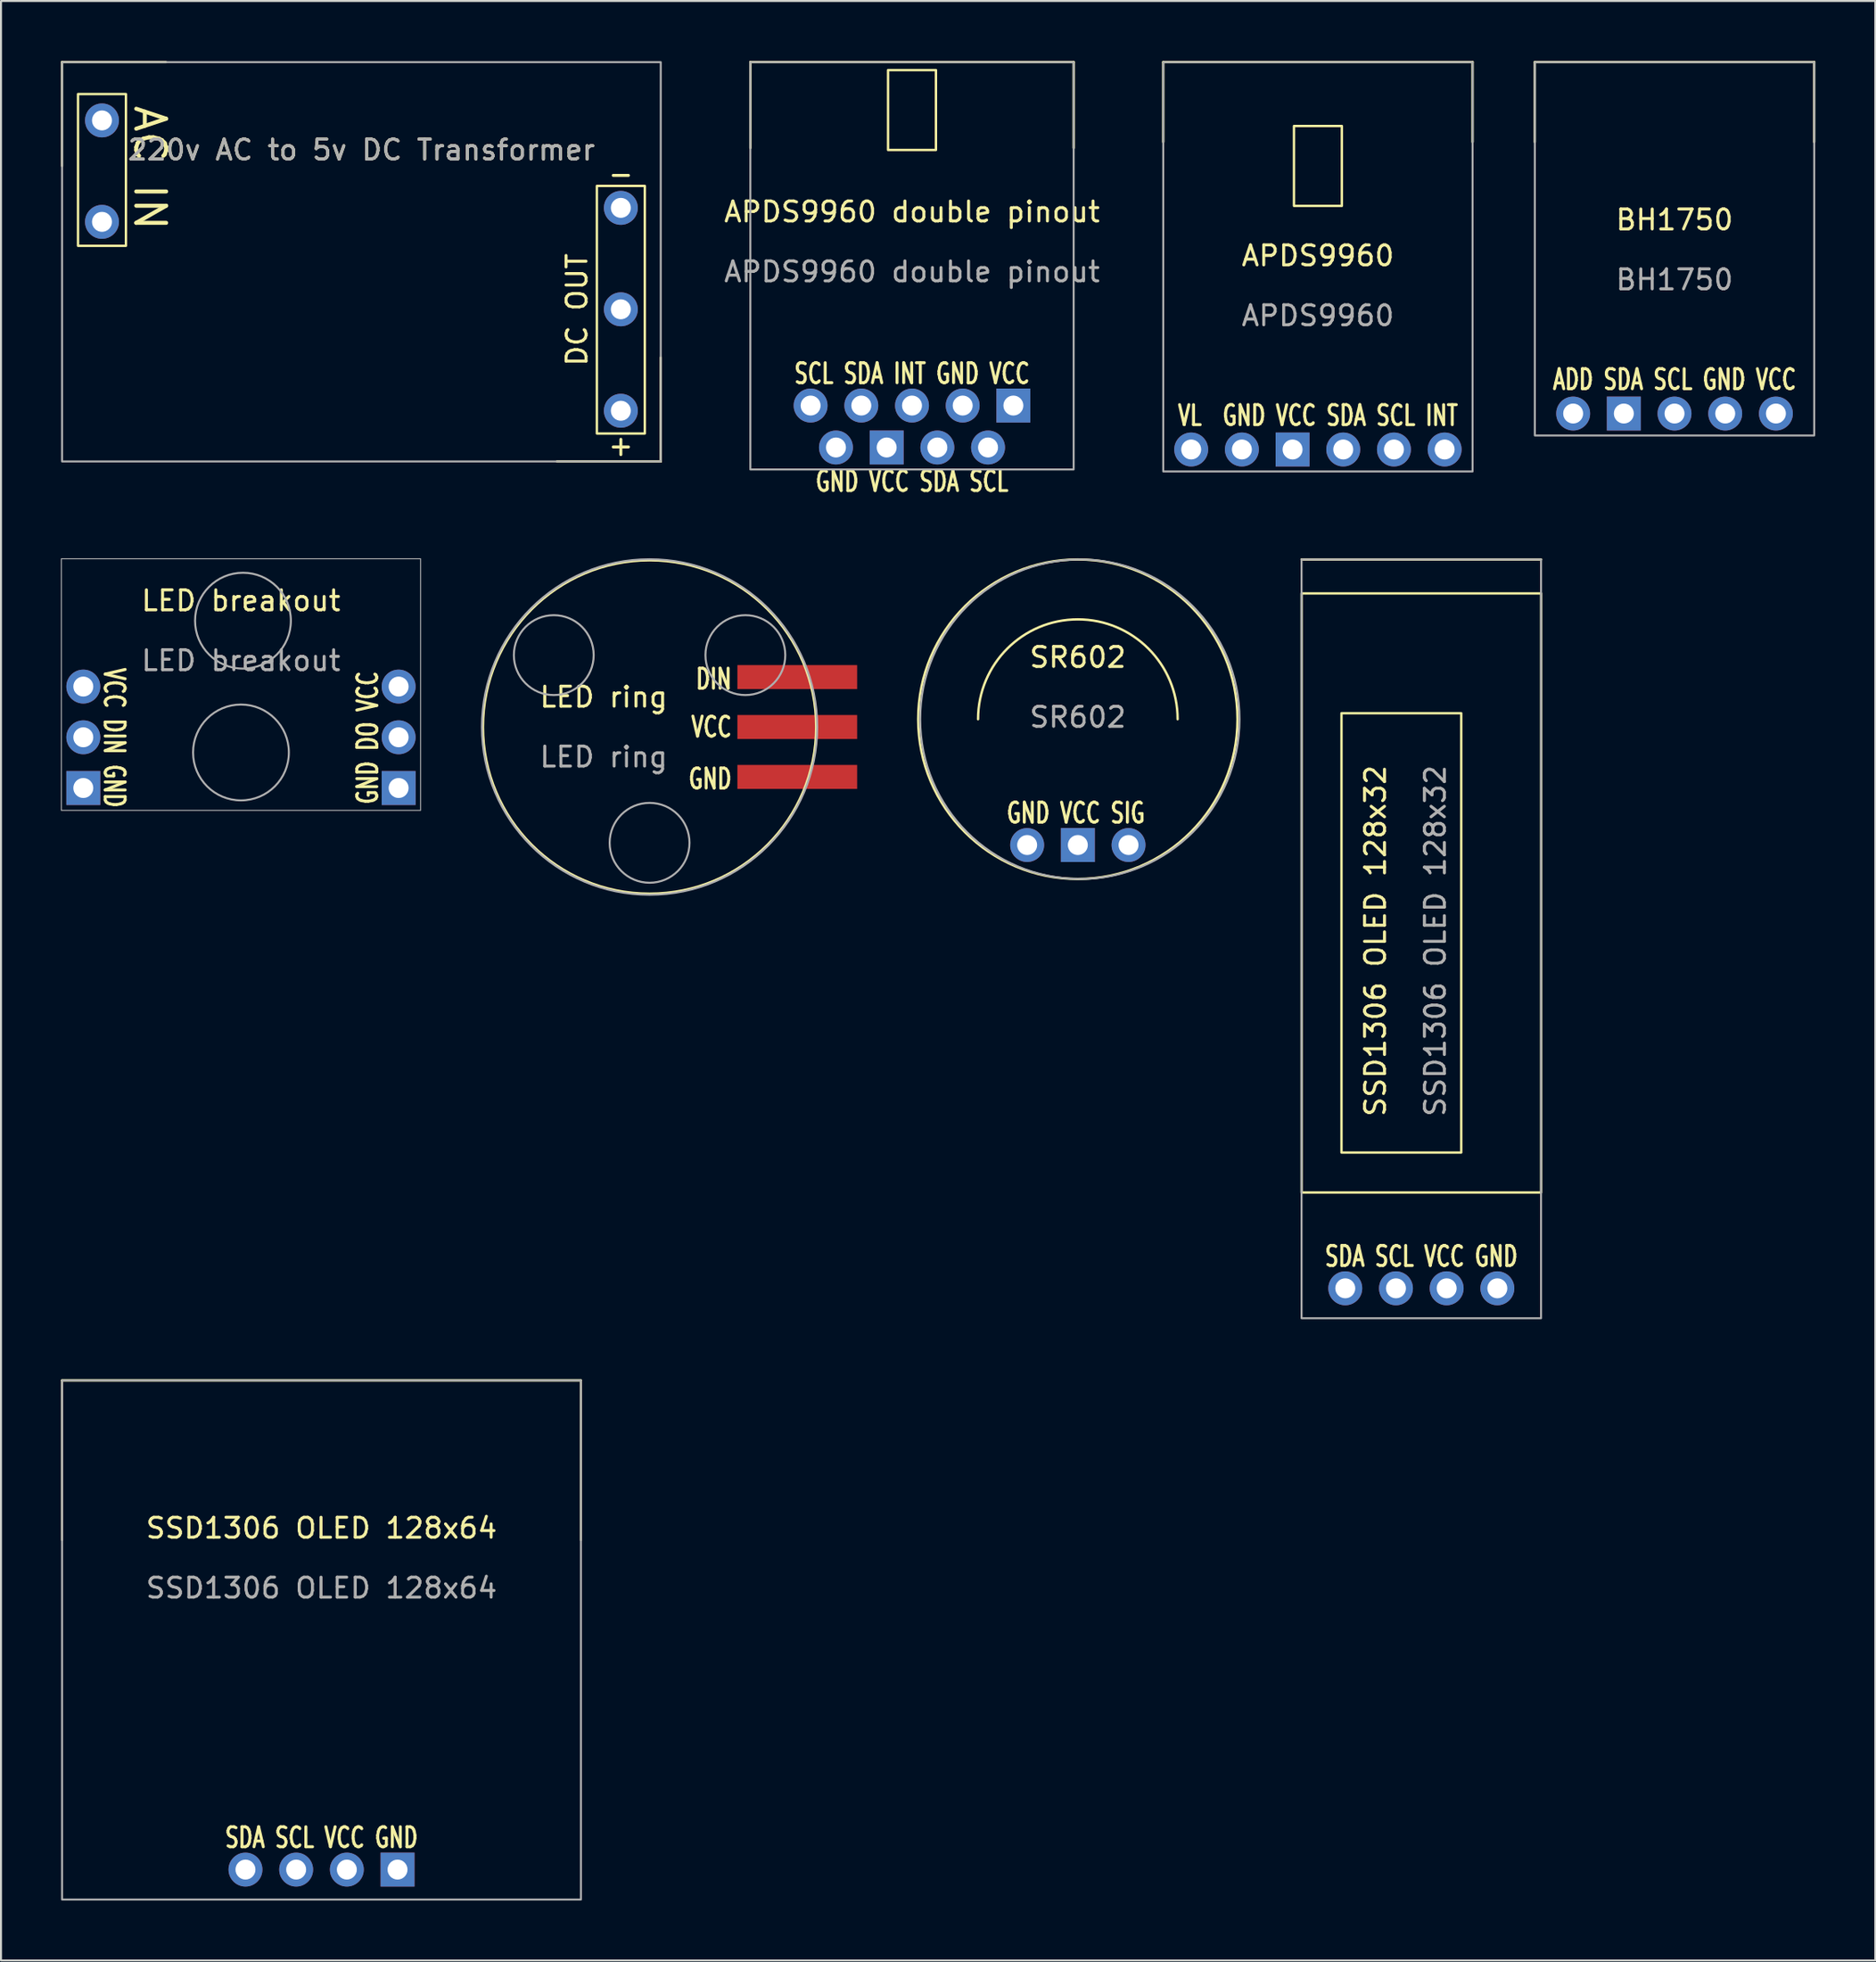
<source format=kicad_pcb>
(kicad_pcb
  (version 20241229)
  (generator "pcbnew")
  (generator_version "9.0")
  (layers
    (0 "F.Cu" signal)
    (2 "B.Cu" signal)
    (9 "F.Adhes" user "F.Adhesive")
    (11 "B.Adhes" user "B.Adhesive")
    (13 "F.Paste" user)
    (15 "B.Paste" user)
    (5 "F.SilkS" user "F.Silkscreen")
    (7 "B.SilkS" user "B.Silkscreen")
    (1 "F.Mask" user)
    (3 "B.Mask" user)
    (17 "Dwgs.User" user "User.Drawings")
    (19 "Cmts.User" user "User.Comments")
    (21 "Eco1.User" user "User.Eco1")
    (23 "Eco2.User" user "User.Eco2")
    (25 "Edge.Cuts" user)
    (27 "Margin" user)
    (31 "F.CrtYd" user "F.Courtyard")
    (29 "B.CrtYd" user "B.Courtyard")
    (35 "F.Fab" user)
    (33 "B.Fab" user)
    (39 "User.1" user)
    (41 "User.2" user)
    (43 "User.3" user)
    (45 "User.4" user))
  (footprint "SR602"
    (layer "F.Cu")
    (at 50.96 39.268)
    (property "Reference" "SR602" (at 0 -9.4 0) (unlocked yes) (layer "F.SilkS") (effects (font (size 1 1) (thickness 0.15))))
    (attr through_hole)
    (fp_arc (start -5 -6.3) (mid 0 -11.3) (end 5 -6.3) (stroke (width 0.12) (type solid)) (layer "F.SilkS"))
    (fp_circle (center 0 -6.3) (end 0 1.7) (stroke (width 0.12) (type solid)) (fill no) (layer "F.SilkS"))
    (fp_circle (center 0.1 -6.3) (end 0 1.7) (stroke (width 0.1) (type solid)) (fill no) (layer "F.Fab"))
    (fp_text user "GND VCC SIG" (at -0.1 -1.6 0) (unlocked yes) (layer "F.SilkS") (effects (font (size 1 0.7) (thickness 0.15))))
    (fp_text user "${REFERENCE}" (at 0 -6.4 0) (unlocked yes) (layer "F.Fab") (effects (font (size 1 1) (thickness 0.15))))
    (pad "1" thru_hole circle (at -2.54 0) (size 1.7 1.7) (drill 1) (layers "*.Cu" "*.Mask"))
    (pad "2" thru_hole rect (at 0 0) (size 1.7 1.7) (drill 1) (layers "*.Cu" "*.Mask"))
    (pad "3" thru_hole circle (at 2.54 0) (size 1.7 1.7) (drill 1) (layers "*.Cu" "*.Mask")))
  (footprint "LED ring"
    (layer "F.Cu")
    (at 29.5 33.358)
    (property "Reference" "LED ring" (at -2.3 -1.5 0) (unlocked yes) (layer "F.SilkS") (effects (font (size 1 1) (thickness 0.15))))
    (attr smd)
    (fp_circle (center 0 0) (end 6.1 5.7) (stroke (width 0.12) (type solid)) (fill no) (layer "F.SilkS"))
    (fp_circle (center -4.8 -3.6) (end -4.8 -5.6) (stroke (width 0.1) (type solid)) (fill no) (layer "F.Fab"))
    (fp_circle (center 0 0) (end 8.4 0) (stroke (width 0.1) (type solid)) (fill no) (layer "F.Fab"))
    (fp_circle (center 0 5.8) (end 0 3.8) (stroke (width 0.1) (type solid)) (fill no) (layer "F.Fab"))
    (fp_circle (center 4.8 -3.6) (end 4.8 -5.6) (stroke (width 0.1) (type solid)) (fill no) (layer "F.Fab"))
    (fp_text user "VCC" (at 4.2 0 0) (unlocked yes) (layer "F.SilkS") (effects (font (size 1 0.7) (thickness 0.15)) (justify right)))
    (fp_text user "GND" (at 4.2 2.6 0) (unlocked yes) (layer "F.SilkS") (effects (font (size 1 0.7) (thickness 0.15)) (justify right)))
    (fp_text user "DIN" (at 4.2 -2.4 0) (unlocked yes) (layer "F.SilkS") (effects (font (size 1 0.7) (thickness 0.15)) (justify right)))
    (fp_text user "${REFERENCE}" (at -2.3 1.5 0) (unlocked yes) (layer "F.Fab") (effects (font (size 1 1) (thickness 0.15))))
    (pad "1" smd rect (at 7.4 -2.5) (size 6 1.2) (layers "F.Cu" "F.Mask" "F.Paste"))
    (pad "2" smd rect (at 7.4 0) (size 6 1.2) (layers "F.Cu" "F.Mask" "F.Paste"))
    (pad "3" smd rect (at 7.4 2.5) (size 6 1.2) (layers "F.Cu" "F.Mask" "F.Paste")))
  (footprint "APDS9960 double pinout"
    (layer "F.Cu")
    (at 42.65 17.26)
    (property "Reference" "APDS9960 double pinout" (at 0 -9.7 0) (unlocked yes) (layer "F.SilkS") (effects (font (size 1 1) (thickness 0.15))))
    (attr through_hole)
    (fp_line (start -8.1 -17.2) (end -8.1 -12.9) (stroke (width 0.12) (type solid)) (layer "F.SilkS"))
    (fp_line (start 8.1 -17.2) (end -8.1 -17.2) (stroke (width 0.12) (type solid)) (layer "F.SilkS"))
    (fp_line (start 8.1 -17.2) (end 8.1 -12.9) (stroke (width 0.12) (type solid)) (layer "F.SilkS"))
    (fp_rect (start -1.2 -16.8) (end 1.2 -12.8) (stroke (width 0.12) (type solid)) (fill no) (layer "F.SilkS"))
    (fp_rect (start -8.1 -17.2) (end 8.1 3.2) (stroke (width 0.1) (type solid)) (fill no) (layer "F.Fab"))
    (fp_text user "GND VCC SDA SCL" (at 0 3.8 0) (unlocked yes) (layer "F.SilkS") (effects (font (size 1 0.7) (thickness 0.15))))
    (fp_text user "SCL SDA INT GND VCC" (at 0 -1.6 0) (unlocked yes) (layer "F.SilkS") (effects (font (size 1 0.7) (thickness 0.15))))
    (fp_text user "${REFERENCE}" (at 0 -6.7 0) (unlocked yes) (layer "F.Fab") (effects (font (size 1 1) (thickness 0.15))))
    (pad "1" thru_hole circle (at -5.08 0) (size 1.7 1.7) (drill 1) (layers "*.Cu" "*.Mask"))
    (pad "1" thru_hole circle (at 3.81 2.1) (size 1.7 1.7) (drill 1) (layers "*.Cu" "*.Mask"))
    (pad "2" thru_hole circle (at -2.54 0) (size 1.7 1.7) (drill 1) (layers "*.Cu" "*.Mask"))
    (pad "2" thru_hole circle (at 1.27 2.1) (size 1.7 1.7) (drill 1) (layers "*.Cu" "*.Mask"))
    (pad "3" thru_hole circle (at 0 0) (size 1.7 1.7) (drill 1) (layers "*.Cu" "*.Mask"))
    (pad "4" thru_hole circle (at -3.81 2.1) (size 1.7 1.7) (drill 1) (layers "*.Cu" "*.Mask"))
    (pad "4" thru_hole circle (at 2.54 0) (size 1.7 1.7) (drill 1) (layers "*.Cu" "*.Mask"))
    (pad "5" thru_hole rect (at -1.27 2.1) (size 1.7 1.7) (drill 1) (layers "*.Cu" "*.Mask"))
    (pad "5" thru_hole rect (at 5.08 0) (size 1.7 1.7) (drill 1) (layers "*.Cu" "*.Mask")))
  (footprint "APDS9960"
    (layer "F.Cu")
    (at 62.99 19.46)
    (property "Reference" "APDS9960" (at 0 -9.7 0) (unlocked yes) (layer "F.SilkS") (effects (font (size 1 1) (thickness 0.15))))
    (attr through_hole)
    (fp_line (start -7.75 -19.4) (end -7.75 -15.4) (stroke (width 0.12) (type solid)) (layer "F.SilkS"))
    (fp_line (start -7.75 -19.4) (end 7.75 -19.4) (stroke (width 0.12) (type solid)) (layer "F.SilkS"))
    (fp_line (start 7.75 -19.4) (end 7.75 -15.4) (stroke (width 0.12) (type solid)) (layer "F.SilkS"))
    (fp_rect (start -1.2 -16.2) (end 1.2 -12.2) (stroke (width 0.12) (type solid)) (fill no) (layer "F.SilkS"))
    (fp_rect (start -7.75 1.1) (end 7.75 -19.4) (stroke (width 0.1) (type solid)) (fill no) (layer "F.Fab"))
    (fp_text user "VL  GND VCC SDA SCL INT" (at 0 -1.7 0) (unlocked yes) (layer "F.SilkS") (effects (font (size 1 0.7) (thickness 0.15))))
    (fp_text user "${REFERENCE}" (at 0 -6.7 0) (unlocked yes) (layer "F.Fab") (effects (font (size 1 1) (thickness 0.15))))
    (pad "1" thru_hole circle (at -6.35 0) (size 1.7 1.7) (drill 1) (layers "*.Cu" "*.Mask"))
    (pad "2" thru_hole circle (at -3.81 0) (size 1.7 1.7) (drill 1) (layers "*.Cu" "*.Mask"))
    (pad "3" thru_hole rect (at -1.27 0) (size 1.7 1.7) (drill 1) (layers "*.Cu" "*.Mask"))
    (pad "4" thru_hole circle (at 1.27 0) (size 1.7 1.7) (drill 1) (layers "*.Cu" "*.Mask"))
    (pad "5" thru_hole circle (at 3.81 0) (size 1.7 1.7) (drill 1) (layers "*.Cu" "*.Mask"))
    (pad "6" thru_hole circle (at 6.35 0) (size 1.7 1.7) (drill 1) (layers "*.Cu" "*.Mask")))
  (footprint "SSD1306 OLED 128x32"
    (layer "F.Cu")
    (at 68.171 61.468)
    (property "Reference" "SSD1306 OLED 128x32" (at -2.3 -17.4 90) (unlocked yes) (layer "F.SilkS") (effects (font (size 1 1) (thickness 0.15))))
    (attr through_hole)
    (fp_line (start -6 -36.5) (end 6 -36.5) (stroke (width 0.12) (type solid)) (layer "F.SilkS"))
    (fp_rect (start -6 -34.8) (end 6 -4.8) (stroke (width 0.12) (type solid)) (fill no) (layer "F.SilkS"))
    (fp_rect (start -4 -6.8) (end 2 -28.8) (stroke (width 0.12) (type solid)) (fill no) (layer "F.SilkS"))
    (fp_rect (start -6 1.5) (end 6 -36.5) (stroke (width 0.1) (type solid)) (fill no) (layer "F.Fab"))
    (fp_text user "SDA SCL VCC GND" (at 0 -1.6 0) (unlocked yes) (layer "F.SilkS") (effects (font (size 1 0.7) (thickness 0.15))))
    (fp_text user "${REFERENCE}" (at 0.7 -17.4 90) (unlocked yes) (layer "F.Fab") (effects (font (size 1 1) (thickness 0.15))))
    (pad "1" thru_hole circle (at -3.81 0) (size 1.7 1.7) (drill 1) (layers "*.Cu" "*.Mask"))
    (pad "2" thru_hole circle (at -1.27 0) (size 1.7 1.7) (drill 1) (layers "*.Cu" "*.Mask"))
    (pad "3" thru_hole circle (at 1.27 0) (size 1.7 1.7) (drill 1) (layers "*.Cu" "*.Mask"))
    (pad "4" thru_hole circle (at 3.81 0) (size 1.7 1.7) (drill 1) (layers "*.Cu" "*.Mask")))
  (footprint "220v AC to 5v DC Transformer"
    (layer "F.Cu")
    (at 15.06 10.06)
    (property "Reference" "220v AC to 5v DC Transformer" (at 0 -5.6 0) (unlocked yes) (layer "F.SilkS") (effects (font (size 1 1) (thickness 0.15))))
    (attr through_hole)
    (fp_line (start -15 -10) (end -9.8 -10) (stroke (width 0.12) (type solid)) (layer "F.SilkS"))
    (fp_line (start -15 -4.8) (end -15 -10) (stroke (width 0.12) (type solid)) (layer "F.SilkS"))
    (fp_line (start 15 10) (end 9.8 10) (stroke (width 0.12) (type solid)) (layer "F.SilkS"))
    (fp_line (start 15 10) (end 15 4.8) (stroke (width 0.12) (type solid)) (layer "F.SilkS"))
    (fp_rect (start -14.2 -8.4) (end -11.8 -0.8) (stroke (width 0.12) (type solid)) (fill no) (layer "F.SilkS"))
    (fp_rect (start 11.8 -3.8) (end 14.2 8.6) (stroke (width 0.12) (type solid)) (fill no) (layer "F.SilkS"))
    (fp_rect (start -15 -10) (end 15 10) (stroke (width 0.1) (type solid)) (fill no) (layer "F.Fab"))
    (fp_text user "+" (at 13 9.2 0) (unlocked yes) (layer "F.SilkS") (effects (font (size 1 1) (thickness 0.15))))
    (fp_text user "-" (at 13 -4.4 0) (unlocked yes) (layer "F.SilkS") (effects (font (size 1 1) (thickness 0.15))))
    (fp_text user "AC IN" (at -10.6 -4.7 270) (unlocked yes) (layer "F.SilkS") (effects (font (size 1.5 1.5) (thickness 0.2))))
    (fp_text user "DC OUT" (at 10.8 2.4 90) (unlocked yes) (layer "F.SilkS") (effects (font (size 1 1) (thickness 0.15))))
    (fp_text user "${REFERENCE}" (at 0 -5.6 0) (unlocked yes) (layer "F.Fab") (effects (font (size 1 1) (thickness 0.15))))
    (pad "" thru_hole circle (at 13 2.38) (size 1.7 1.7) (drill 1) (layers "*.Cu" "*.Mask"))
    (pad "1" thru_hole circle (at -13 -7.08) (size 1.7 1.7) (drill 1) (layers "*.Cu" "*.Mask"))
    (pad "2" thru_hole circle (at -13 -2) (size 1.7 1.7) (drill 1) (layers "*.Cu" "*.Mask"))
    (pad "3" thru_hole circle (at 13 -2.7) (size 1.7 1.7) (drill 1) (layers "*.Cu" "*.Mask"))
    (pad "4" thru_hole circle (at 13 7.46) (size 1.7 1.7) (drill 1) (layers "*.Cu" "*.Mask")))
  (footprint "LED breakout"
    (layer "F.Cu")
    (at 9.025 36.433)
    (property "Reference" "LED breakout" (at 0 -9.4 0) (unlocked yes) (layer "F.SilkS") (effects (font (size 1 1) (thickness 0.15))))
    (attr through_hole)
    (fp_rect (start -9 -11.5) (end 9 1.1) (stroke (width 0.05) (type default)) (fill no) (layer "F.Fab"))
    (fp_circle (center 0 -1.8) (end 2.4 -1.8) (stroke (width 0.1) (type default)) (fill no) (layer "F.Fab"))
    (fp_circle (center 0.1 -8.4) (end 2.5 -8.4) (stroke (width 0.1) (type default)) (fill no) (layer "F.Fab"))
    (fp_text user "VCC DIN GND" (at -6.35 -2.54 270) (unlocked yes) (layer "F.SilkS") (effects (font (size 1 0.7) (thickness 0.15))))
    (fp_text user "GND DO VCC" (at 6.35 -2.54 90) (unlocked yes) (layer "F.SilkS") (effects (font (size 1 0.7) (thickness 0.15))))
    (fp_text user "${REFERENCE}" (at 0 -6.4 0) (unlocked yes) (layer "F.Fab") (effects (font (size 1 1) (thickness 0.15))))
    (pad "1" thru_hole circle (at -7.9 -5.1) (size 1.7 1.7) (drill 1) (layers "*.Cu" "*.Mask"))
    (pad "1" thru_hole circle (at 7.9 -5.1) (size 1.7 1.7) (drill 1) (layers "*.Cu" "*.Mask"))
    (pad "2" thru_hole circle (at -7.9 -2.56) (size 1.7 1.7) (drill 1) (layers "*.Cu" "*.Mask"))
    (pad "3" thru_hole rect (at -7.9 -0.02) (size 1.7 1.7) (drill 1) (layers "*.Cu" "*.Mask"))
    (pad "3" thru_hole rect (at 7.9 -0.02) (size 1.7 1.7) (drill 1) (layers "*.Cu" "*.Mask"))
    (pad "4" thru_hole circle (at 7.9 -2.56) (size 1.7 1.7) (drill 1) (layers "*.Cu" "*.Mask")))
  (footprint "BH1750"
    (layer "F.Cu")
    (at 80.86 17.66)
    (property "Reference" "BH1750" (at 0 -9.7 0) (unlocked yes) (layer "F.SilkS") (effects (font (size 1 1) (thickness 0.15))))
    (attr through_hole)
    (fp_line (start -7 -17.6) (end -7 -13.6) (stroke (width 0.12) (type solid)) (layer "F.SilkS"))
    (fp_line (start -7 -17.6) (end 7 -17.6) (stroke (width 0.12) (type solid)) (layer "F.SilkS"))
    (fp_line (start 7 -17.6) (end 7 -13.6) (stroke (width 0.12) (type solid)) (layer "F.SilkS"))
    (fp_rect (start -7 1.1) (end 7 -17.6) (stroke (width 0.1) (type solid)) (fill no) (layer "F.Fab"))
    (fp_text user "ADD SDA SCL GND VCC" (at 0 -1.7 0) (unlocked yes) (layer "F.SilkS") (effects (font (size 1 0.7) (thickness 0.15))))
    (fp_text user "${REFERENCE}" (at 0 -6.7 0) (unlocked yes) (layer "F.Fab") (effects (font (size 1 1) (thickness 0.15))))
    (pad "1" thru_hole circle (at -5.08 0) (size 1.7 1.7) (drill 1) (layers "*.Cu" "*.Mask"))
    (pad "2" thru_hole rect (at -2.54 0) (size 1.7 1.7) (drill 1) (layers "*.Cu" "*.Mask"))
    (pad "3" thru_hole circle (at 0 0) (size 1.7 1.7) (drill 1) (layers "*.Cu" "*.Mask"))
    (pad "4" thru_hole circle (at 2.54 0) (size 1.7 1.7) (drill 1) (layers "*.Cu" "*.Mask"))
    (pad "5" thru_hole circle (at 5.08 0) (size 1.7 1.7) (drill 1) (layers "*.Cu" "*.Mask")))
  (footprint "SSD1306 OLED 128x64"
    (layer "F.Cu")
    (at 13.06 90.578)
    (property "Reference" "SSD1306 OLED 128x64" (at 0 -17.1 0) (unlocked yes) (layer "F.SilkS") (effects (font (size 1 1) (thickness 0.15))))
    (attr through_hole)
    (fp_line (start -13 -24.5) (end -13 -16.5) (stroke (width 0.1) (type default)) (layer "F.SilkS"))
    (fp_line (start -13 -24.5) (end 13 -24.5) (stroke (width 0.12) (type solid)) (layer "F.SilkS"))
    (fp_line (start 13 -24.5) (end 13 -16.5) (stroke (width 0.1) (type default)) (layer "F.SilkS"))
    (fp_rect (start -13 -24.5) (end 13 1.5) (stroke (width 0.1) (type default)) (fill no) (layer "F.Fab"))
    (fp_text user "SDA SCL VCC GND" (at 0 -1.6 0) (unlocked yes) (layer "F.SilkS") (effects (font (size 1 0.7) (thickness 0.15))))
    (fp_text user "${REFERENCE}" (at 0 -14.1 0) (unlocked yes) (layer "F.Fab") (effects (font (size 1 1) (thickness 0.15))))
    (pad "1" thru_hole circle (at -3.81 0) (size 1.7 1.7) (drill 1) (layers "*.Cu" "*.Mask"))
    (pad "2" thru_hole circle (at -1.27 0) (size 1.7 1.7) (drill 1) (layers "*.Cu" "*.Mask"))
    (pad "3" thru_hole circle (at 1.27 0) (size 1.7 1.7) (drill 1) (layers "*.Cu" "*.Mask"))
    (pad "4" thru_hole rect (at 3.81 0) (size 1.7 1.7) (drill 1) (layers "*.Cu" "*.Mask")))
  (gr_rect
    (start -3 -3)
    (end 90.92 95.128)
    (stroke (width 0.1) (type default))
    (fill no)
    (layer "Edge.Cuts")))
</source>
